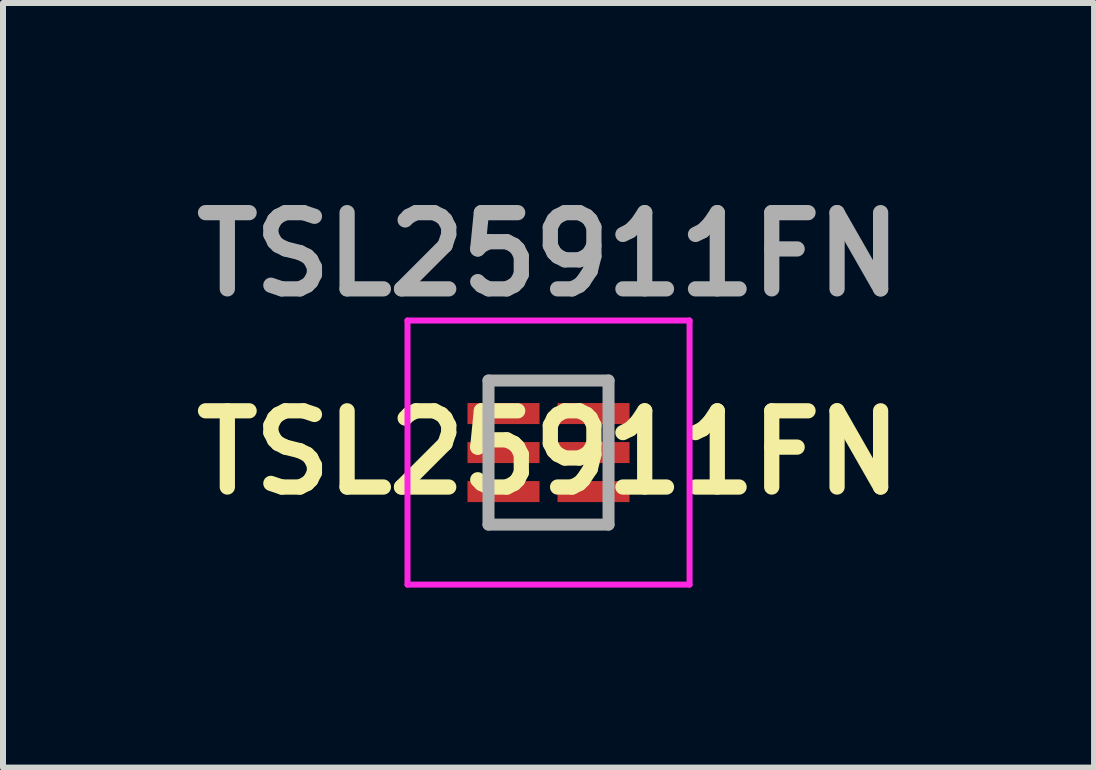
<source format=kicad_pcb>
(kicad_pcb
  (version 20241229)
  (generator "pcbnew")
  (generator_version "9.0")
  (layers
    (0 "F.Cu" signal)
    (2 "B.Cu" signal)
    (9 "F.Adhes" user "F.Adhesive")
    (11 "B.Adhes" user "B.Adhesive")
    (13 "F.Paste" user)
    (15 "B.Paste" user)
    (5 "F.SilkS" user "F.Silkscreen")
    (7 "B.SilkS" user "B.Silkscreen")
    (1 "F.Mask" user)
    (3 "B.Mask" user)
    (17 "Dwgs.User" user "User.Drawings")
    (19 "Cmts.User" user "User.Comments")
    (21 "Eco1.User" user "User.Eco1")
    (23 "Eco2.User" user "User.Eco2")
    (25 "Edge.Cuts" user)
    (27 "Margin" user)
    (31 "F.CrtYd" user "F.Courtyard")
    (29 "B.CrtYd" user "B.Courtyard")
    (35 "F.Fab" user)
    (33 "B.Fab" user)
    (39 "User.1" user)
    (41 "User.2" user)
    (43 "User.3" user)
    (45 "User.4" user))
  (footprint "TSL25911FN"
    (layer "F.Cu")
    (at 6.09 4.491)
    (property "Reference" "TSL25911FN" (at 0 0 180) (layer "F.SilkS") (effects (font (size 1.27 1.27) (thickness 0.254))))
    (attr smd)
    (fp_line (start -1 -1.2) (end 1 -1.2) (stroke (width 0.1) (type solid)) (layer "F.SilkS"))
    (fp_line (start -1 -1) (end -1 -1.2) (stroke (width 0.1) (type solid)) (layer "F.SilkS"))
    (fp_line (start -1 1) (end -1 1.2) (stroke (width 0.1) (type solid)) (layer "F.SilkS"))
    (fp_line (start -1 1.2) (end 1 1.2) (stroke (width 0.1) (type solid)) (layer "F.SilkS"))
    (fp_line (start 1 -1.2) (end 1 -1) (stroke (width 0.1) (type solid)) (layer "F.SilkS"))
    (fp_line (start 1 1.2) (end 1 1) (stroke (width 0.1) (type solid)) (layer "F.SilkS"))
    (fp_line (start -2.35 -2.2) (end 2.35 -2.2) (stroke (width 0.1) (type solid)) (layer "F.CrtYd"))
    (fp_line (start -2.35 2.2) (end -2.35 -2.2) (stroke (width 0.1) (type solid)) (layer "F.CrtYd"))
    (fp_line (start 2.35 -2.2) (end 2.35 2.2) (stroke (width 0.1) (type solid)) (layer "F.CrtYd"))
    (fp_line (start 2.35 2.2) (end -2.35 2.2) (stroke (width 0.1) (type solid)) (layer "F.CrtYd"))
    (fp_line (start -1 -1.2) (end 1 -1.2) (stroke (width 0.2) (type solid)) (layer "F.Fab"))
    (fp_line (start -1 1.2) (end -1 -1.2) (stroke (width 0.2) (type solid)) (layer "F.Fab"))
    (fp_line (start 1 -1.2) (end 1 1.2) (stroke (width 0.2) (type solid)) (layer "F.Fab"))
    (fp_line (start 1 1.2) (end -1 1.2) (stroke (width 0.2) (type solid)) (layer "F.Fab"))
    (fp_text user "${REFERENCE}" (at 0 -3.302 180) (layer "F.Fab") (effects (font (size 1.27 1.27) (thickness 0.254))))
    (pad "1" smd rect (at -0.75 -0.65 90) (size 0.35 1.2) (layers "F.Cu" "F.Mask" "F.Paste"))
    (pad "2" smd rect (at -0.75 0 90) (size 0.35 1.2) (layers "F.Cu" "F.Mask" "F.Paste"))
    (pad "3" smd rect (at -0.75 0.65 90) (size 0.35 1.2) (layers "F.Cu" "F.Mask" "F.Paste"))
    (pad "4" smd rect (at 0.75 0.65 90) (size 0.35 1.2) (layers "F.Cu" "F.Mask" "F.Paste"))
    (pad "5" smd rect (at 0.75 0 90) (size 0.35 1.2) (layers "F.Cu" "F.Mask" "F.Paste"))
    (pad "6" smd rect (at 0.75 -0.65 90) (size 0.35 1.2) (layers "F.Cu" "F.Mask" "F.Paste")))
  (gr_rect
    (start -3 -3)
    (end 15.18 9.741)
    (stroke (width 0.1) (type default))
    (fill no)
    (layer "Edge.Cuts")))
</source>
